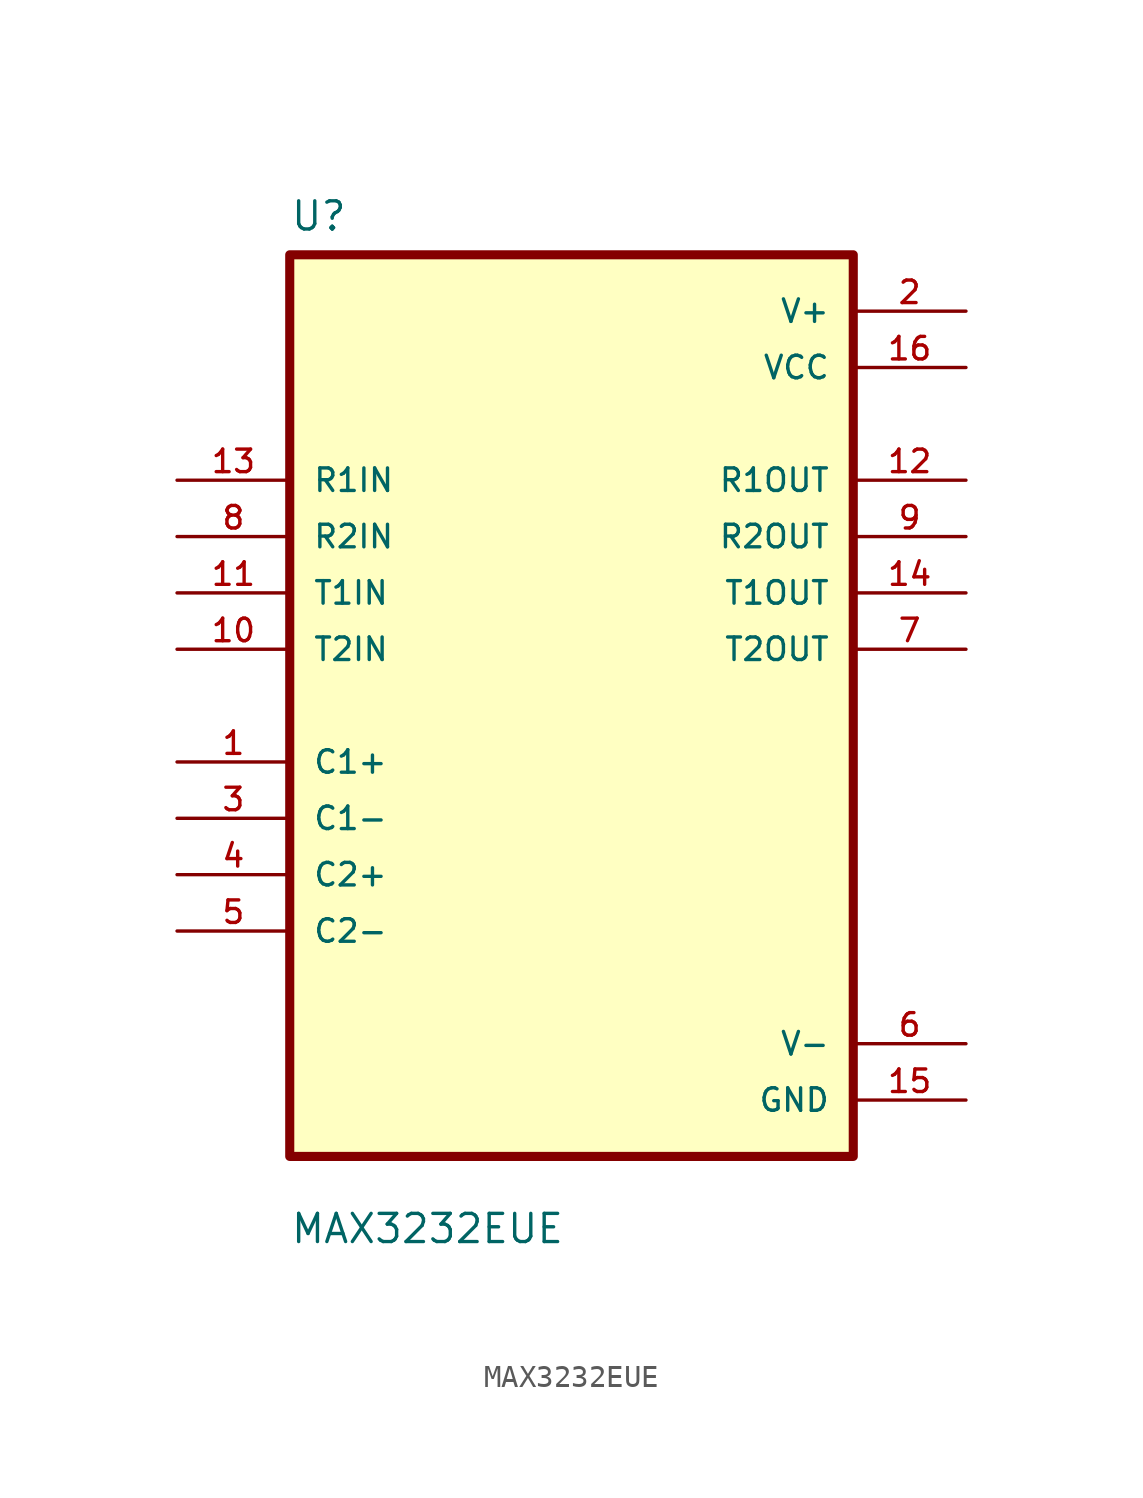
<source format=kicad_sym>
(kicad_symbol_lib
  (version 20211014)
  (generator kicad_symbol_editor)
  (symbol "MAX3232EUE"
    (pin_names
      (offset 1.016))
    (property "Reference" "U"
      (at -12.7 21.32 0.0)
      (effects (font (size 1.27 1.27)) (justify bottom left)))
    (property "Value" "MAX3232EUE"
      (at -12.7 -24.32 0.0)
      (effects (font (size 1.27 1.27)) (justify bottom left)))
    (symbol "MAX3232EUE_0_0"
      (rectangle (start -12.7 -20.32) (end 12.7 20.32) (stroke (width 0.41)) (fill (type background)))
      (pin input line (at -17.78 10.16 0) (length 5.08) (name "R1IN" (effects (font (size 1.016 1.016)))) (number "13" (effects (font (size 1.016 1.016)))))
      (pin input line (at -17.78 7.62 0) (length 5.08) (name "R2IN" (effects (font (size 1.016 1.016)))) (number "8" (effects (font (size 1.016 1.016)))))
      (pin input line (at -17.78 5.08 0) (length 5.08) (name "T1IN" (effects (font (size 1.016 1.016)))) (number "11" (effects (font (size 1.016 1.016)))))
      (pin input line (at -17.78 2.54 0) (length 5.08) (name "T2IN" (effects (font (size 1.016 1.016)))) (number "10" (effects (font (size 1.016 1.016)))))
      (pin bidirectional line (at -17.78 -2.54 0) (length 5.08) (name "C1+" (effects (font (size 1.016 1.016)))) (number "1" (effects (font (size 1.016 1.016)))))
      (pin bidirectional line (at -17.78 -5.08 0) (length 5.08) (name "C1-" (effects (font (size 1.016 1.016)))) (number "3" (effects (font (size 1.016 1.016)))))
      (pin bidirectional line (at -17.78 -7.62 0) (length 5.08) (name "C2+" (effects (font (size 1.016 1.016)))) (number "4" (effects (font (size 1.016 1.016)))))
      (pin bidirectional line (at -17.78 -10.16 0) (length 5.08) (name "C2-" (effects (font (size 1.016 1.016)))) (number "5" (effects (font (size 1.016 1.016)))))
      (pin power_in line (at 17.78 17.78 180.0) (length 5.08) (name "V+" (effects (font (size 1.016 1.016)))) (number "2" (effects (font (size 1.016 1.016)))))
      (pin power_in line (at 17.78 15.24 180.0) (length 5.08) (name "VCC" (effects (font (size 1.016 1.016)))) (number "16" (effects (font (size 1.016 1.016)))))
      (pin output line (at 17.78 10.16 180.0) (length 5.08) (name "R1OUT" (effects (font (size 1.016 1.016)))) (number "12" (effects (font (size 1.016 1.016)))))
      (pin output line (at 17.78 7.62 180.0) (length 5.08) (name "R2OUT" (effects (font (size 1.016 1.016)))) (number "9" (effects (font (size 1.016 1.016)))))
      (pin output line (at 17.78 5.08 180.0) (length 5.08) (name "T1OUT" (effects (font (size 1.016 1.016)))) (number "14" (effects (font (size 1.016 1.016)))))
      (pin output line (at 17.78 2.54 180.0) (length 5.08) (name "T2OUT" (effects (font (size 1.016 1.016)))) (number "7" (effects (font (size 1.016 1.016)))))
      (pin power_in line (at 17.78 -15.24 180.0) (length 5.08) (name "V-" (effects (font (size 1.016 1.016)))) (number "6" (effects (font (size 1.016 1.016)))))
      (pin power_in line (at 17.78 -17.78 180.0) (length 5.08) (name "GND" (effects (font (size 1.016 1.016)))) (number "15" (effects (font (size 1.016 1.016))))))))
</source>
